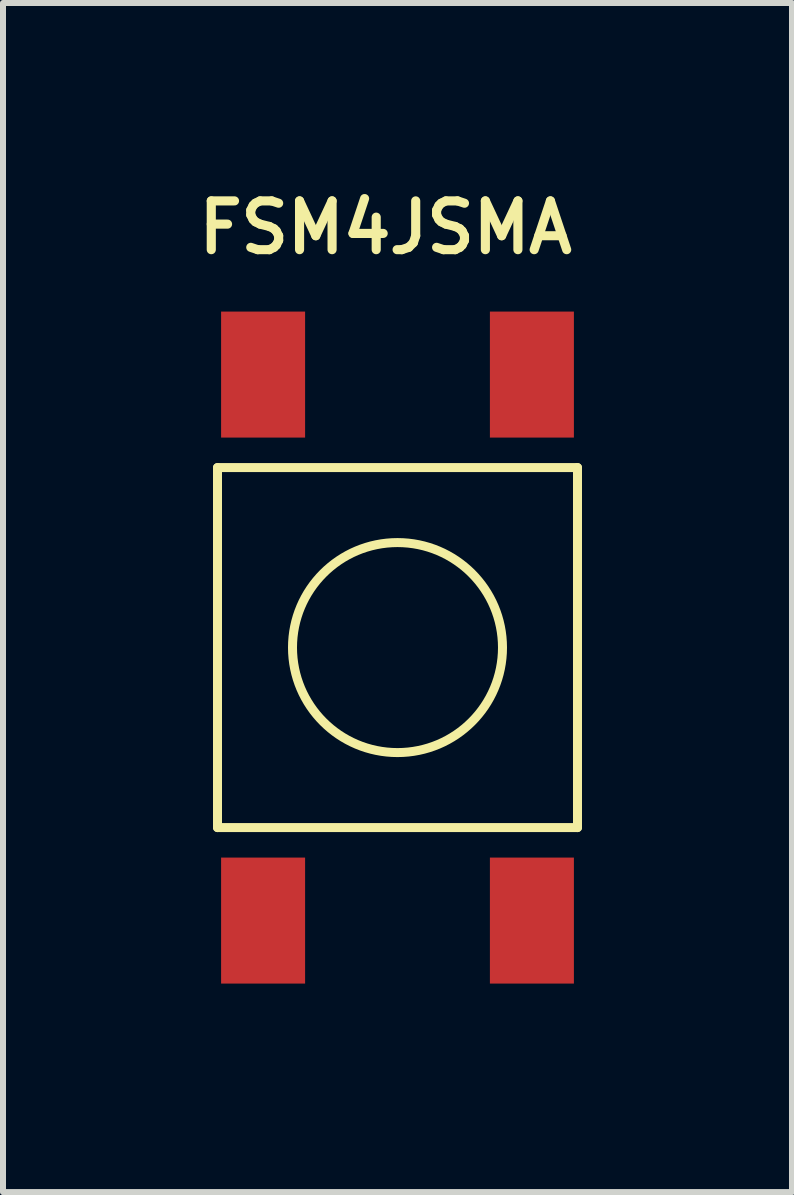
<source format=kicad_pcb>
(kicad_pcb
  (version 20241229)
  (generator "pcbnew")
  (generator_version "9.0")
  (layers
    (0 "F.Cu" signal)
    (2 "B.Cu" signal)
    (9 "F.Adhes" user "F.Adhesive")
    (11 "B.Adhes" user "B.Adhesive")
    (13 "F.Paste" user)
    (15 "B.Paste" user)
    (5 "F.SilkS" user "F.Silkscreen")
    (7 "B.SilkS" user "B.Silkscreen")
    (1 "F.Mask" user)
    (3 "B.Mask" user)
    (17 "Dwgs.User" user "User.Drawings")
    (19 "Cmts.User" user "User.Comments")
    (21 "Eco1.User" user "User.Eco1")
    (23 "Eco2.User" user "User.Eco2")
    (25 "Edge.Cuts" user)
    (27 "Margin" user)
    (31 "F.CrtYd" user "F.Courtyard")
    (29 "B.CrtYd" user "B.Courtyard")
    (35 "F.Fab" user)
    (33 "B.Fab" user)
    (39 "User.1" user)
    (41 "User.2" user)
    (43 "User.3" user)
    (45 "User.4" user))
  (footprint "FSM4JSMA"
    (layer "F.Cu")
    (at 3.575 7.743)
    (property "Reference" "FSM4JSMA" (at -0.2 -7 0) (layer "F.SilkS") (effects (font (size 0.813 0.813) (thickness 0.152))))
    (attr smd)
    (fp_line (start -3 -3) (end 3 -3) (stroke (width 0.15) (type solid)) (layer "F.SilkS"))
    (fp_line (start -3 3) (end -3 -3) (stroke (width 0.15) (type solid)) (layer "F.SilkS"))
    (fp_line (start 3 -3) (end 3 3) (stroke (width 0.15) (type solid)) (layer "F.SilkS"))
    (fp_line (start 3 3) (end -3 3) (stroke (width 0.15) (type solid)) (layer "F.SilkS"))
    (fp_circle (center 0 0) (end 1.75 0) (stroke (width 0.15) (type solid)) (fill no) (layer "F.SilkS"))
    (fp_line (start -3.5 -6) (end -3.5 6) (stroke (width 0.15) (type solid)) (layer "Margin"))
    (fp_line (start -3.5 6) (end 3.5 6) (stroke (width 0.15) (type solid)) (layer "Margin"))
    (fp_line (start 3.5 -6) (end -3.5 -6) (stroke (width 0.15) (type solid)) (layer "Margin"))
    (fp_line (start 3.5 6) (end 3.5 -6) (stroke (width 0.15) (type solid)) (layer "Margin"))
    (pad "1" smd rect (at 2.24 -4.55) (size 1.4 2.1) (layers "F.Cu" "F.Mask" "F.Paste"))
    (pad "2" smd rect (at 2.24 4.55) (size 1.4 2.1) (layers "F.Cu" "F.Mask" "F.Paste"))
    (pad "3" smd rect (at -2.24 -4.55) (size 1.4 2.1) (layers "F.Cu" "F.Mask" "F.Paste"))
    (pad "4" smd rect (at -2.24 4.55) (size 1.4 2.1) (layers "F.Cu" "F.Mask" "F.Paste")))
  (gr_rect
    (start -3 -3)
    (end 10.15 16.818)
    (stroke (width 0.1) (type default))
    (fill no)
    (layer "Edge.Cuts")))
</source>
